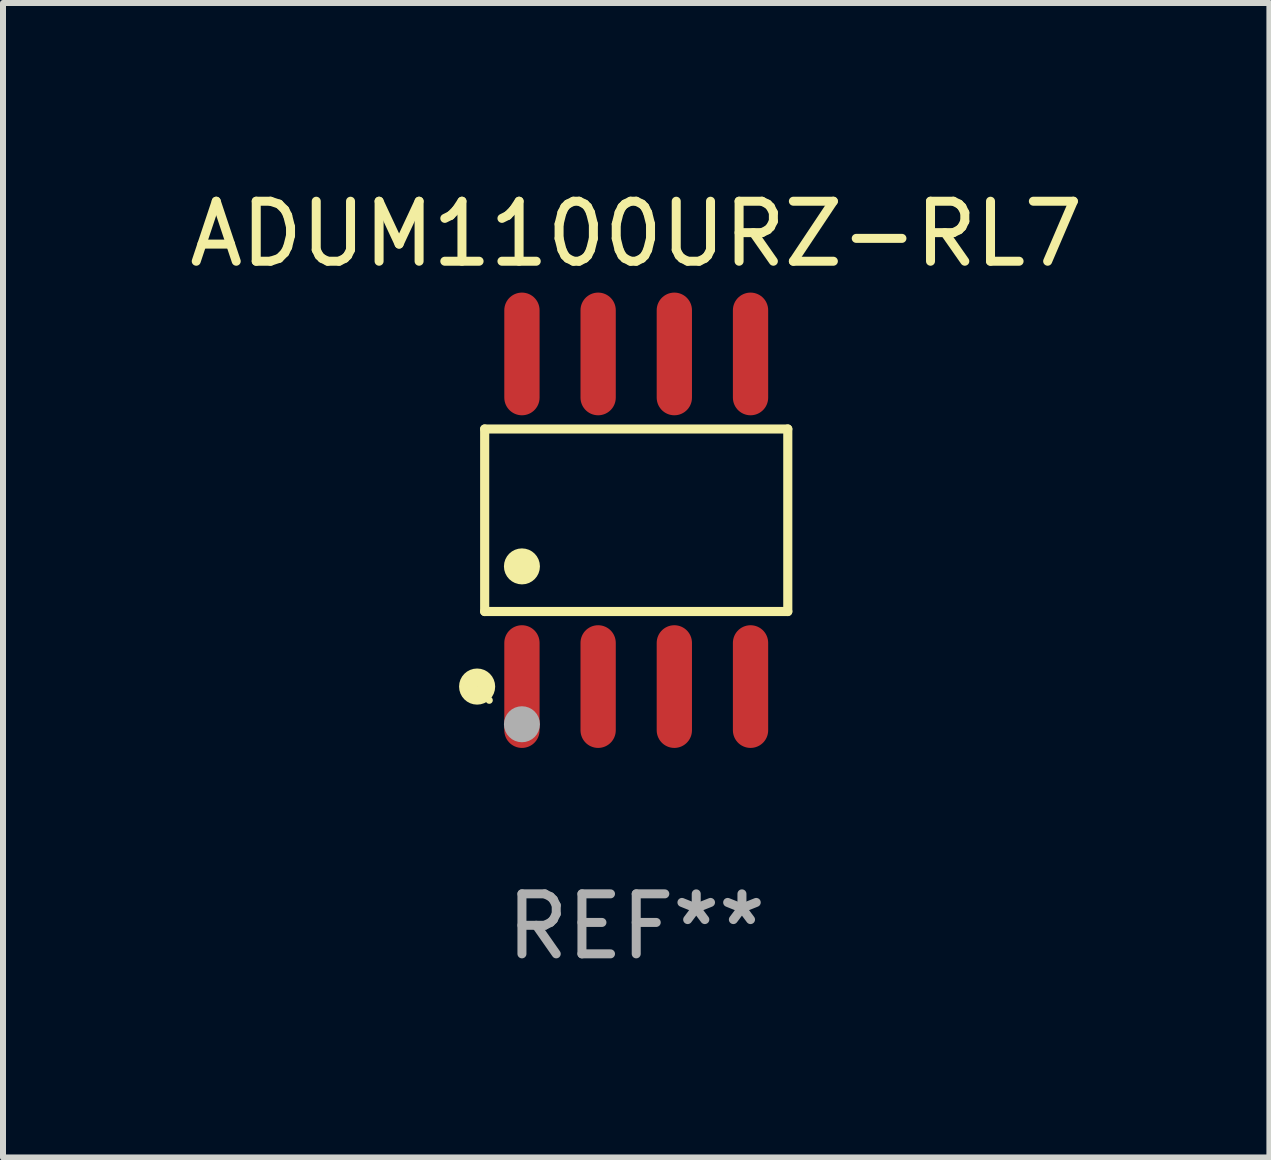
<source format=kicad_pcb>
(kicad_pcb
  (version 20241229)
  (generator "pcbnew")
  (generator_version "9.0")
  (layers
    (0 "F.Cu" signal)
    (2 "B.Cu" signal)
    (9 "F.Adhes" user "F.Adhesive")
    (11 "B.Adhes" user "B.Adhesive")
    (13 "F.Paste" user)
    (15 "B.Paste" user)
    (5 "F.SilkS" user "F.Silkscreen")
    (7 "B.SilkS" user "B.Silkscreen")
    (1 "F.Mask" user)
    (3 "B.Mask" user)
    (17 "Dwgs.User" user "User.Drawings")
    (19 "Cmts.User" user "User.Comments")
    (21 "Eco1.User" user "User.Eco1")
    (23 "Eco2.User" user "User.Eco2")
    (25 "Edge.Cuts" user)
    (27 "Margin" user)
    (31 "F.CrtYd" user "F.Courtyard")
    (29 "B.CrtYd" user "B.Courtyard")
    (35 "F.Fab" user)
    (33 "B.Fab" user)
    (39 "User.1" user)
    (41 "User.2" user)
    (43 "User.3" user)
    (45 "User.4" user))
  (footprint "ADUM1100URZ-RL7"
    (layer "F.Cu")
    (at 7.554 5.621)
    (property "Reference" "ADUM1100URZ-RL7" (at 0 -4.772 0) (layer "F.SilkS") (effects (font (size 1 1) (thickness 0.15))))
    (attr through_hole)
    (fp_line (start -2.526 -1.521) (end 2.526 -1.521) (stroke (width 0.152) (type solid)) (layer "F.SilkS"))
    (fp_line (start -2.526 1.521) (end -2.526 -1.521) (stroke (width 0.152) (type solid)) (layer "F.SilkS"))
    (fp_line (start 2.526 -1.521) (end 2.526 1.521) (stroke (width 0.152) (type solid)) (layer "F.SilkS"))
    (fp_line (start 2.526 1.521) (end -2.526 1.521) (stroke (width 0.152) (type solid)) (layer "F.SilkS"))
    (fp_circle (center -2.652 2.772) (end -2.501 2.772) (stroke (width 0.3) (type solid)) (fill no) (layer "F.SilkS"))
    (fp_circle (center -2.45 3) (end -2.42 3) (stroke (width 0.06) (type solid)) (fill no) (layer "F.SilkS"))
    (fp_circle (center -1.905 0.769) (end -1.755 0.769) (stroke (width 0.3) (type solid)) (fill no) (layer "F.SilkS"))
    (fp_circle (center -1.905 3.4) (end -1.755 3.4) (stroke (width 0.3) (type solid)) (fill no) (layer "F.Fab"))
    (fp_text user "REF**" (at 0 6.772 0) (layer "F.Fab") (effects (font (size 1 1) (thickness 0.15))))
    (pad "1" smd oval (at -1.905 2.772) (size 0.588 2.045) (layers "F.Cu" "F.Mask" "F.Paste"))
    (pad "2" smd oval (at -0.635 2.772) (size 0.588 2.045) (layers "F.Cu" "F.Mask" "F.Paste"))
    (pad "3" smd oval (at 0.635 2.772) (size 0.588 2.045) (layers "F.Cu" "F.Mask" "F.Paste"))
    (pad "4" smd oval (at 1.905 2.772) (size 0.588 2.045) (layers "F.Cu" "F.Mask" "F.Paste"))
    (pad "5" smd oval (at 1.905 -2.772) (size 0.588 2.045) (layers "F.Cu" "F.Mask" "F.Paste"))
    (pad "6" smd oval (at 0.635 -2.772) (size 0.588 2.045) (layers "F.Cu" "F.Mask" "F.Paste"))
    (pad "7" smd oval (at -0.635 -2.772) (size 0.588 2.045) (layers "F.Cu" "F.Mask" "F.Paste"))
    (pad "8" smd oval (at -1.905 -2.772) (size 0.588 2.045) (layers "F.Cu" "F.Mask" "F.Paste")))
  (gr_rect
    (start -3 -3)
    (end 18.107 16.241)
    (stroke (width 0.1) (type default))
    (fill no)
    (layer "Edge.Cuts")))
</source>
